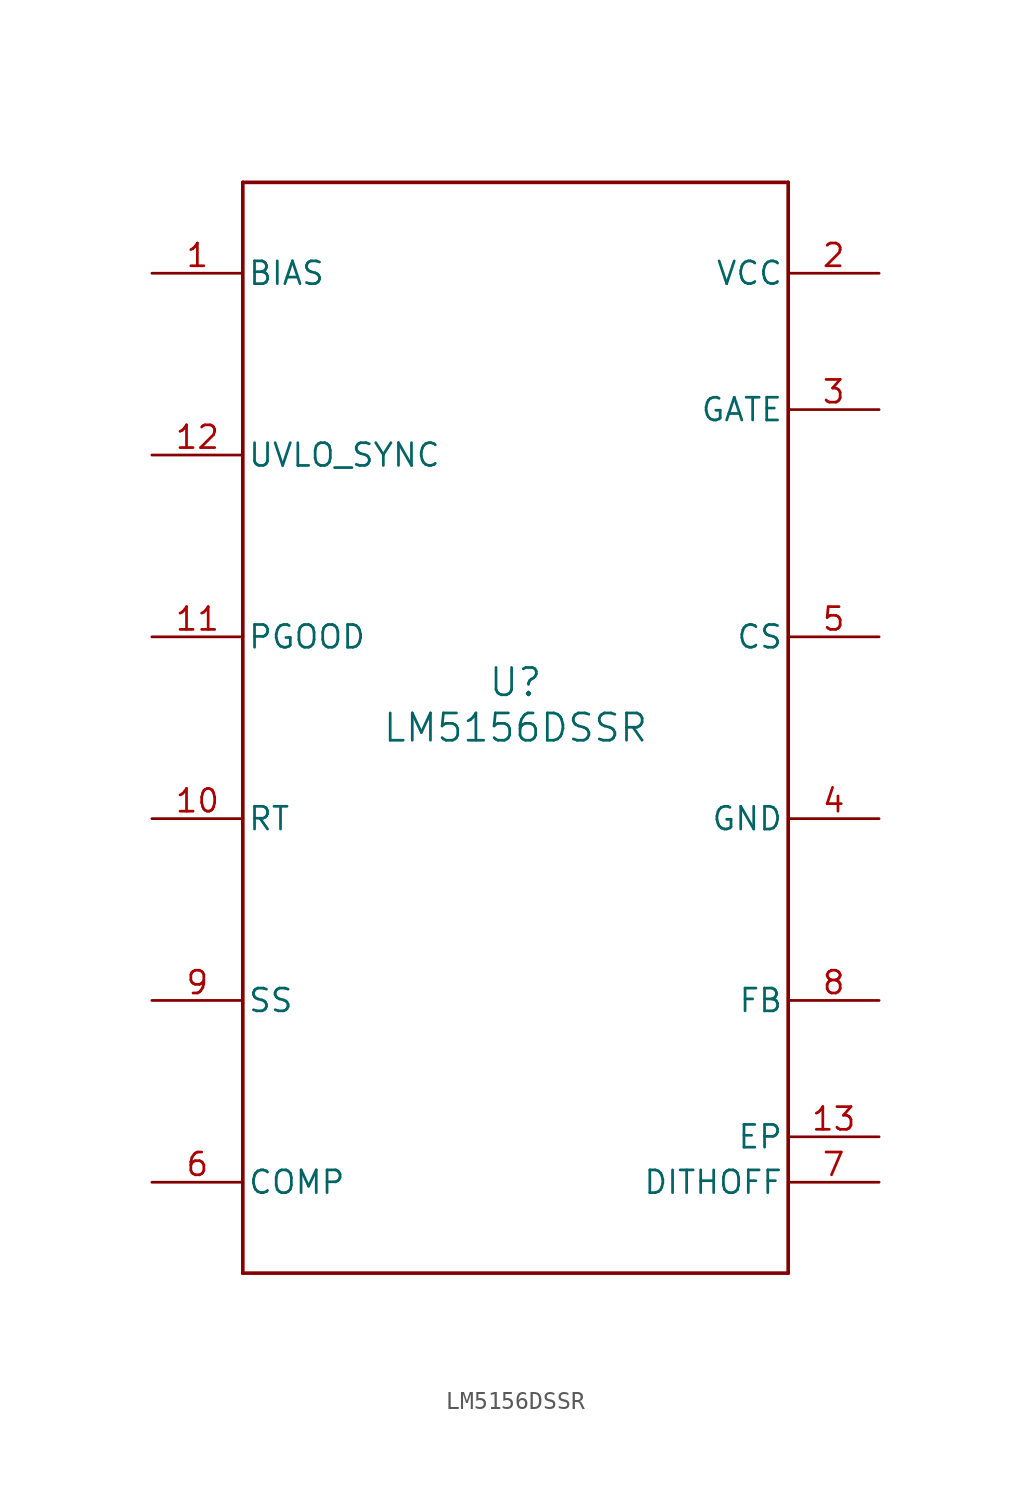
<source format=kicad_sym>
(kicad_symbol_lib
  (version 20211014)
  (generator kicad_symbol_editor)
  (symbol "LM5156DSSR"
    (pin_names
      (offset 0.254))
    (property "Reference" "U"
      (at 0 2.54 0)
      (effects (font (size 1.524 1.524))))
    (property "Value" "LM5156DSSR"
      (at 0 0 0)
      (effects (font (size 1.524 1.524))))
    (symbol "LM5156DSSR_0_1"
      (polyline (pts (xy -15.24 -30.48) (xy 15.24 -30.48)) (stroke (width 0.203) (type default) (color 0 0 0 0)) (fill (type none)))
      (polyline (pts (xy 15.24 -30.48) (xy 15.24 30.48)) (stroke (width 0.203) (type default) (color 0 0 0 0)) (fill (type none)))
      (polyline (pts (xy 15.24 30.48) (xy -15.24 30.48)) (stroke (width 0.203) (type default) (color 0 0 0 0)) (fill (type none)))
      (polyline (pts (xy -15.24 30.48) (xy -15.24 -30.48)) (stroke (width 0.203) (type default) (color 0 0 0 0)) (fill (type none)))
      (pin power_in line (at -20.32 25.4 0) (length 5.08) (name "BIAS" (effects (font (size 1.27 1.27)))) (number "1" (effects (font (size 1.27 1.27)))))
      (pin unspecified line (at 20.32 25.4 180) (length 5.08) (name "VCC" (effects (font (size 1.27 1.27)))) (number "2" (effects (font (size 1.27 1.27)))))
      (pin output line (at 20.32 17.78 180) (length 5.08) (name "GATE" (effects (font (size 1.27 1.27)))) (number "3" (effects (font (size 1.27 1.27)))))
      (pin power_in line (at 20.32 -5.08 180) (length 5.08) (name "GND" (effects (font (size 1.27 1.27)))) (number "4" (effects (font (size 1.27 1.27)))))
      (pin input line (at 20.32 5.08 180) (length 5.08) (name "CS" (effects (font (size 1.27 1.27)))) (number "5" (effects (font (size 1.27 1.27)))))
      (pin output line (at -20.32 -25.4 0) (length 5.08) (name "COMP" (effects (font (size 1.27 1.27)))) (number "6" (effects (font (size 1.27 1.27)))))
      (pin unspecified line (at 20.32 -25.4 180) (length 5.08) (name "DITHOFF" (effects (font (size 1.27 1.27)))) (number "7" (effects (font (size 1.27 1.27)))))
      (pin input line (at 20.32 -15.24 180) (length 5.08) (name "FB" (effects (font (size 1.27 1.27)))) (number "8" (effects (font (size 1.27 1.27)))))
      (pin input line (at -20.32 -15.24 0) (length 5.08) (name "SS" (effects (font (size 1.27 1.27)))) (number "9" (effects (font (size 1.27 1.27)))))
      (pin input line (at -20.32 -5.08 0) (length 5.08) (name "RT" (effects (font (size 1.27 1.27)))) (number "10" (effects (font (size 1.27 1.27)))))
      (pin open_collector line (at -20.32 5.08 0) (length 5.08) (name "PGOOD" (effects (font (size 1.27 1.27)))) (number "11" (effects (font (size 1.27 1.27)))))
      (pin input line (at -20.32 15.24 0) (length 5.08) (name "UVLO_SYNC" (effects (font (size 1.27 1.27)))) (number "12" (effects (font (size 1.27 1.27)))))
      (pin unspecified line (at 20.32 -22.86 180) (length 5.08) (name "EP" (effects (font (size 1.27 1.27)))) (number "13" (effects (font (size 1.27 1.27))))))))
</source>
